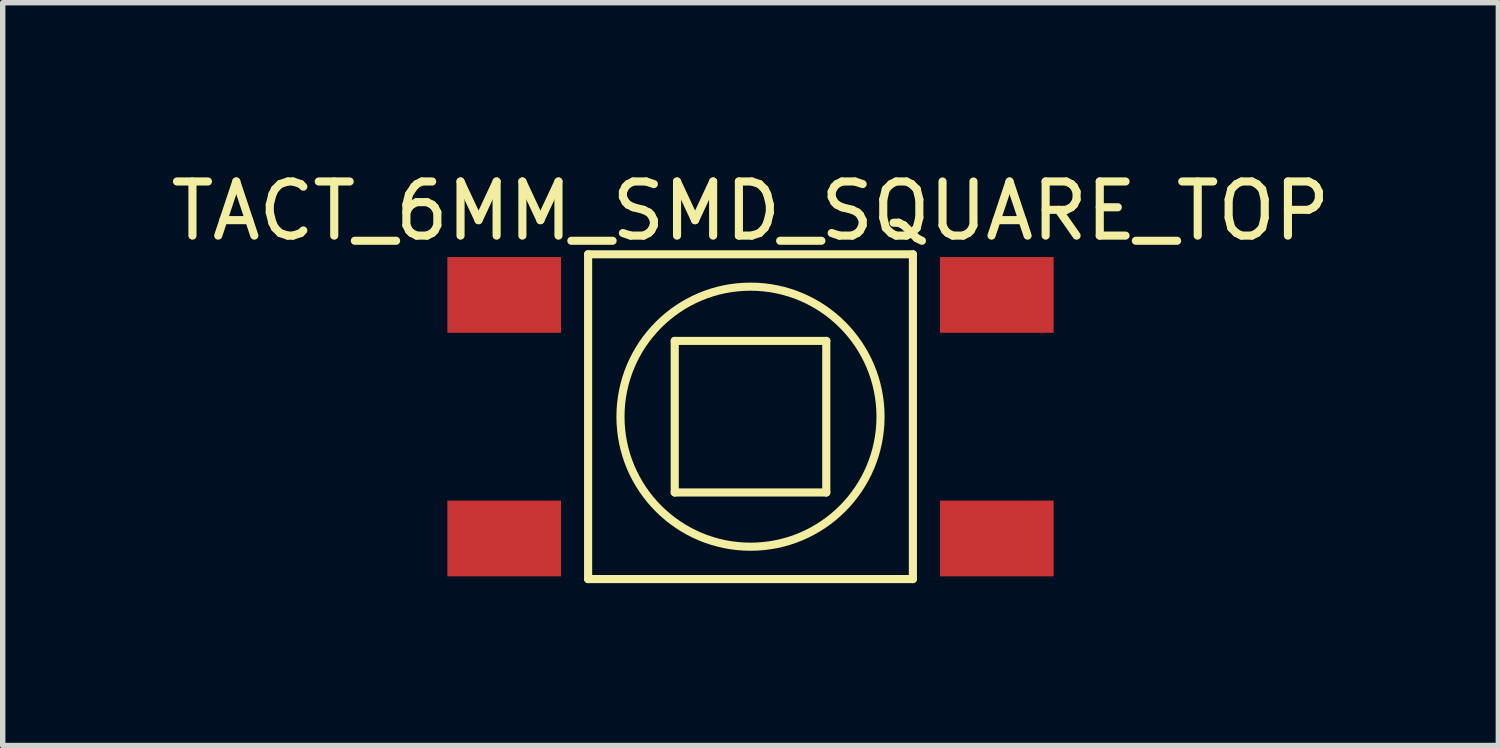
<source format=kicad_pcb>
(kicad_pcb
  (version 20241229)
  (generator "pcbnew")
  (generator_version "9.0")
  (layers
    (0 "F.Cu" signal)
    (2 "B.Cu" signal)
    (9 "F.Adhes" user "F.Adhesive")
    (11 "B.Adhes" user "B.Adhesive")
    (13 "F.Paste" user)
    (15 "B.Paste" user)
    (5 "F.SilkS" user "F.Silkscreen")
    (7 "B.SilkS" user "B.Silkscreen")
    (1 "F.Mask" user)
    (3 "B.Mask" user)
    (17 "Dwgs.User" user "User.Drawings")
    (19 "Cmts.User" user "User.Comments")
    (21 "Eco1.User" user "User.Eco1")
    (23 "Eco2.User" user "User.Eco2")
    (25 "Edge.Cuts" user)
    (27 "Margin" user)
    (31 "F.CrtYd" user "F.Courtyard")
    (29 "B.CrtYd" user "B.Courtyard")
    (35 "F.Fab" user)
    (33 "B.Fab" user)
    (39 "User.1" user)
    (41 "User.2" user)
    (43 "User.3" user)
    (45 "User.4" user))
  (footprint "TACT_6MM_SMD_SQUARE_TOP"
    (layer "F.Cu")
    (at 10.815 4.648)
    (property "Reference" "TACT_6MM_SMD_SQUARE_TOP" (at 0 -3.8 0) (layer "F.SilkS") (effects (font (size 1 1) (thickness 0.15))))
    (attr smd)
    (fp_line (start -3 -3) (end 3 -3) (stroke (width 0.15) (type solid)) (layer "F.SilkS"))
    (fp_line (start -3 3) (end -3 -3) (stroke (width 0.15) (type solid)) (layer "F.SilkS"))
    (fp_line (start -1.4 -1.4) (end 1.4 -1.4) (stroke (width 0.15) (type solid)) (layer "F.SilkS"))
    (fp_line (start -1.4 1.4) (end -1.4 -1.4) (stroke (width 0.15) (type solid)) (layer "F.SilkS"))
    (fp_line (start 1.4 -1.4) (end 1.4 1.4) (stroke (width 0.15) (type solid)) (layer "F.SilkS"))
    (fp_line (start 1.4 1.4) (end -1.4 1.4) (stroke (width 0.15) (type solid)) (layer "F.SilkS"))
    (fp_line (start 3 -3) (end 3 3) (stroke (width 0.15) (type solid)) (layer "F.SilkS"))
    (fp_line (start 3 3) (end -3 3) (stroke (width 0.15) (type solid)) (layer "F.SilkS"))
    (fp_circle (center 0 0) (end 2.4 -0.1) (stroke (width 0.15) (type solid)) (fill no) (layer "F.SilkS"))
    (pad "1" smd rect (at -4.55 -2.25) (size 2.1 1.4) (layers "F.Cu" "F.Mask" "F.Paste"))
    (pad "1" smd rect (at 4.55 -2.25) (size 2.1 1.4) (layers "F.Cu" "F.Mask" "F.Paste"))
    (pad "2" smd rect (at -4.55 2.25) (size 2.1 1.4) (layers "F.Cu" "F.Mask" "F.Paste"))
    (pad "2" smd rect (at 4.55 2.25) (size 2.1 1.4) (layers "F.Cu" "F.Mask" "F.Paste")))
  (gr_rect
    (start -3 -3)
    (end 24.631 10.723)
    (stroke (width 0.1) (type default))
    (fill no)
    (layer "Edge.Cuts")))
</source>
